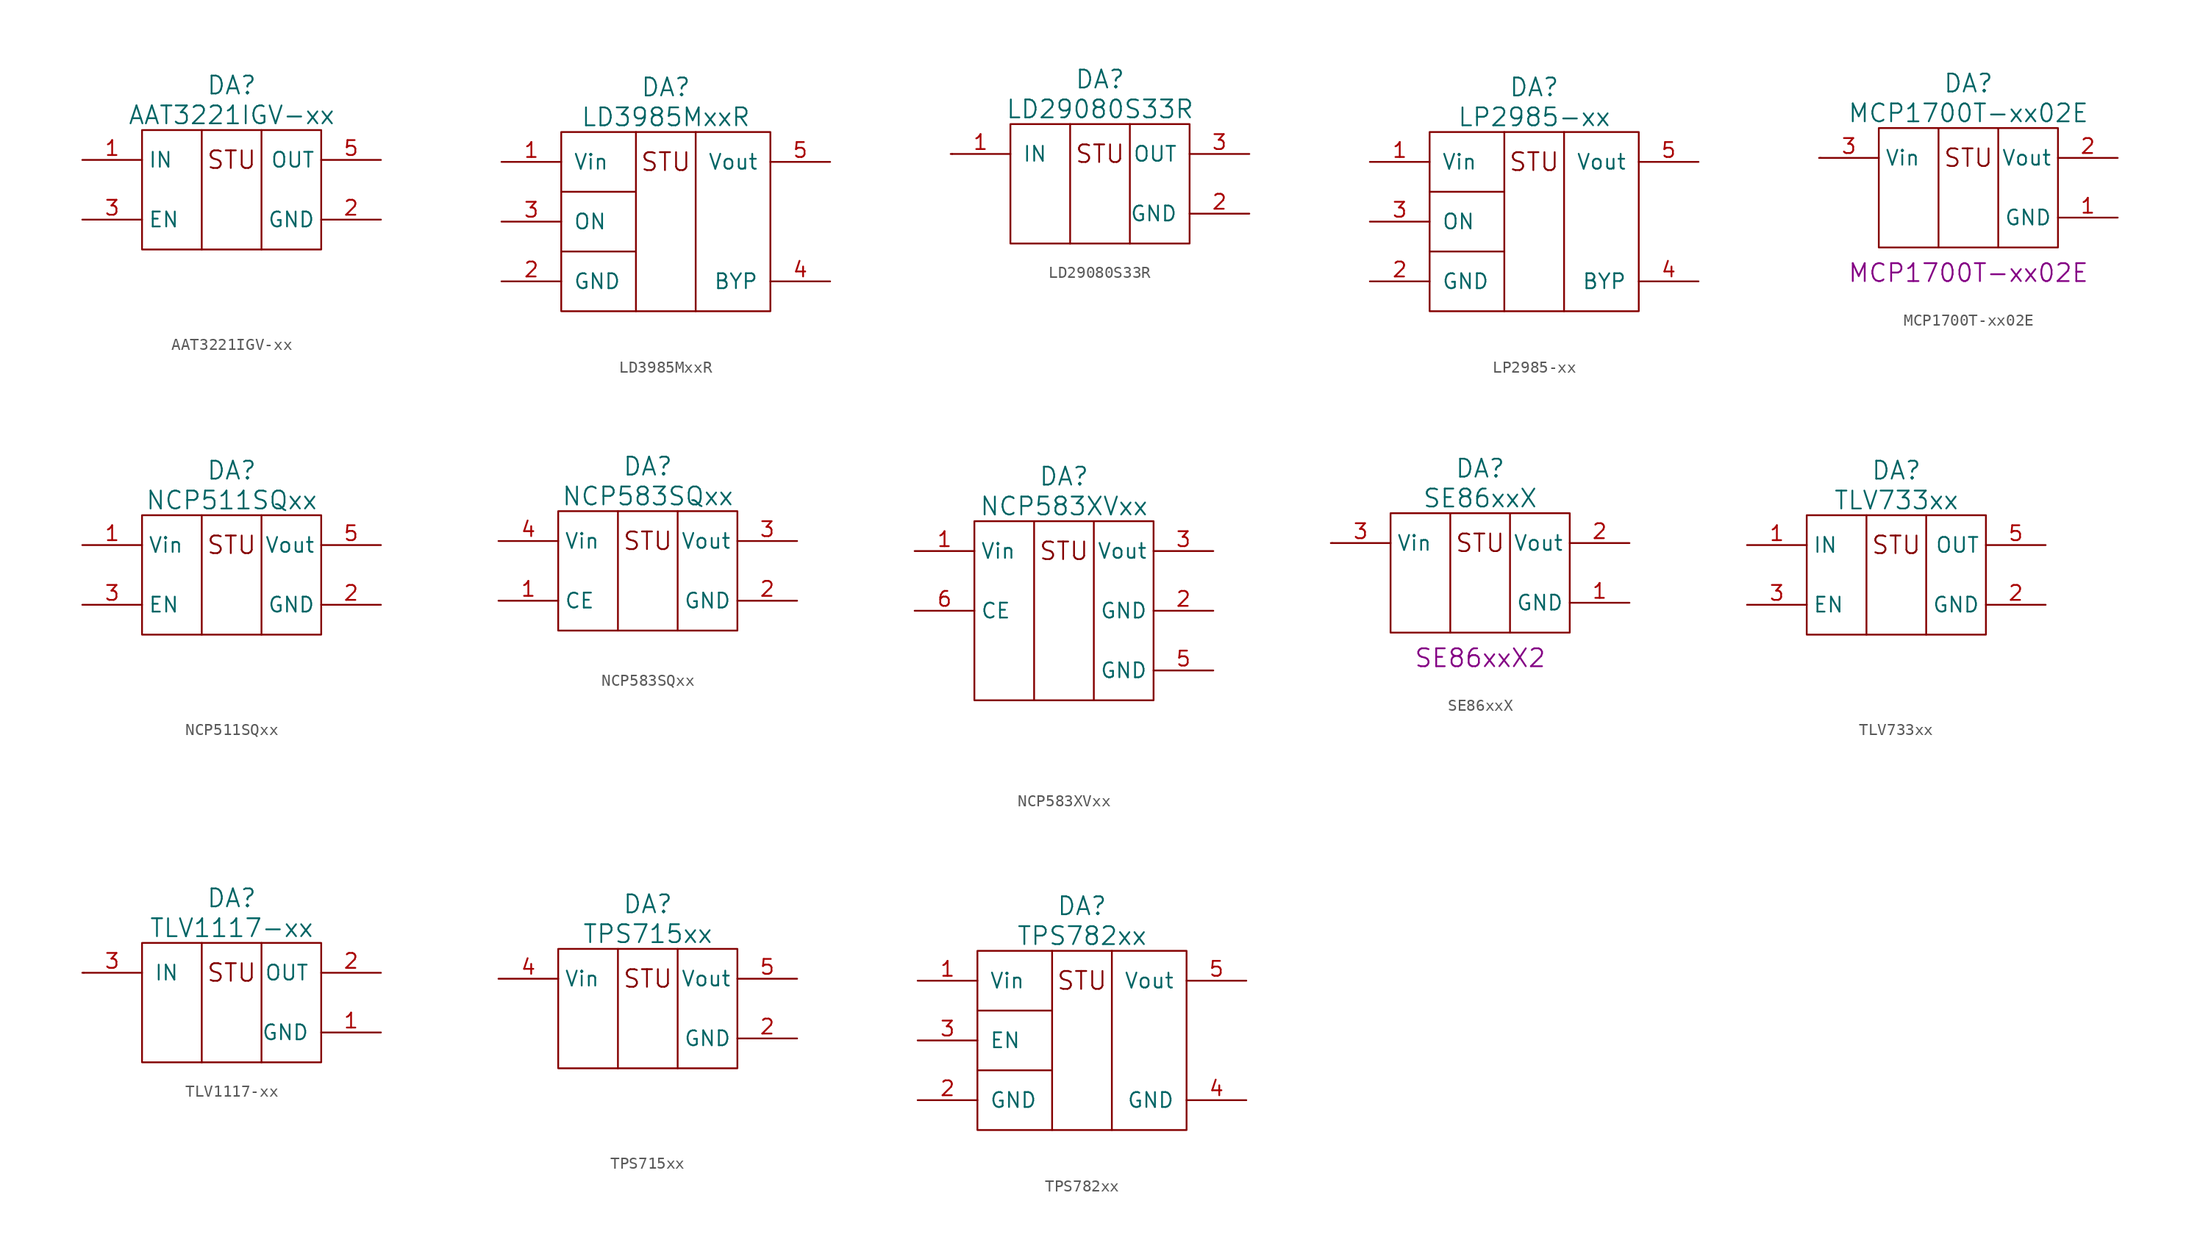
<source format=kicad_sym>
(kicad_symbol_lib
  (version 20220914)
  (generator kicad_symbol_editor)
  (symbol "AAT3221IGV-xx"
    (property "Reference" "DA"
      (at 0 8.89 0)
      (effects (font (size 1.524 1.524))))
    (property "Value" "AAT3221IGV-xx"
      (at 0 6.35 0)
      (effects (font (size 1.524 1.524))))
    (property "Datasheet" ""
      (at 0 -6.35 0)
      (effects (font (size 1.524 1.524))))
    (symbol "AAT3221IGV-xx_0_0"
      (polyline (pts (xy -2.54 5.08) (xy -2.54 -5.08)) (stroke (width 0) (type solid)) (fill (type none)))
      (polyline (pts (xy 2.54 5.08) (xy 2.54 -5.08)) (stroke (width 0) (type solid)) (fill (type none)))
      (text "STU" (at 0 2.54 0) (effects (font (size 1.499 1.499)))))
    (symbol "AAT3221IGV-xx_0_1"
      (rectangle (start -7.62 5.08) (end 7.62 -5.08) (stroke (width 0) (type solid)) (fill (type none))))
    (symbol "AAT3221IGV-xx_1_1"
      (pin power_in line (at -12.7 2.54 0) (length 5.08) (name "IN" (effects (font (size 1.27 1.27)))) (number "1" (effects (font (size 1.27 1.27)))))
      (pin power_in line (at 12.7 -2.54 180) (length 5.08) (name "GND" (effects (font (size 1.27 1.27)))) (number "2" (effects (font (size 1.27 1.27)))))
      (pin passive line (at -12.7 -2.54 0) (length 5.08) (name "EN" (effects (font (size 1.27 1.27)))) (number "3" (effects (font (size 1.27 1.27)))))
      (pin no_connect line (at 0 -10.16 90) (length 5.08) hide (name "NC" (effects (font (size 1.27 1.27)))) (number "4" (effects (font (size 1.27 1.27)))))
      (pin power_out line (at 12.7 2.54 180) (length 5.08) (name "OUT" (effects (font (size 1.27 1.27)))) (number "5" (effects (font (size 1.27 1.27)))))))
  (symbol "LD3985MxxR"
    (pin_names
      (offset 1.016))
    (property "Reference" "DA"
      (at 0 11.43 0)
      (effects (font (size 1.524 1.524))))
    (property "Value" "LD3985MxxR"
      (at 0 8.89 0)
      (effects (font (size 1.524 1.524))))
    (property "Datasheet" ""
      (at 0 -8.89 0)
      (effects (font (size 1.524 1.524))))
    (symbol "LD3985MxxR_0_0"
      (text "STU" (at 0 5.08 0) (effects (font (size 1.524 1.524)))))
    (symbol "LD3985MxxR_0_1"
      (rectangle (start -8.89 7.62) (end 8.89 -7.62) (stroke (width 0) (type solid)) (fill (type none)))
      (polyline (pts (xy -8.89 -2.54) (xy -2.54 -2.54)) (stroke (width 0) (type solid)) (fill (type none)))
      (polyline (pts (xy -2.54 2.54) (xy -8.89 2.54) (xy -8.89 2.54)) (stroke (width 0) (type solid)) (fill (type none)))
      (polyline (pts (xy -2.54 7.62) (xy -2.54 -6.35) (xy -2.54 -7.62)) (stroke (width 0) (type solid)) (fill (type none)))
      (polyline (pts (xy 2.54 -7.62) (xy 2.54 7.62) (xy 2.54 7.62) (xy 2.54 7.62)) (stroke (width 0) (type solid)) (fill (type none))))
    (symbol "LD3985MxxR_1_1"
      (pin power_in line (at -13.97 5.08 0) (length 5.08) (name "Vin" (effects (font (size 1.27 1.27)))) (number "1" (effects (font (size 1.27 1.27)))))
      (pin power_in line (at -13.97 -5.08 0) (length 5.08) (name "GND" (effects (font (size 1.27 1.27)))) (number "2" (effects (font (size 1.27 1.27)))))
      (pin passive line (at -13.97 0 0) (length 5.08) (name "ON" (effects (font (size 1.27 1.27)))) (number "3" (effects (font (size 1.27 1.27)))))
      (pin passive line (at 13.97 -5.08 180) (length 5.08) (name "BYP" (effects (font (size 1.27 1.27)))) (number "4" (effects (font (size 1.27 1.27)))))
      (pin power_out line (at 13.97 5.08 180) (length 5.08) (name "Vout" (effects (font (size 1.27 1.27)))) (number "5" (effects (font (size 1.27 1.27)))))))
  (symbol "LD29080S33R"
    (pin_names
      (offset 1.016))
    (property "Reference" "DA"
      (at 0 8.89 0)
      (effects (font (size 1.524 1.524))))
    (property "Value" "LD29080S33R"
      (at 0 6.35 0)
      (effects (font (size 1.524 1.524))))
    (property "Datasheet" ""
      (at -6.35 2.54 0)
      (effects (font (size 1.524 1.524))))
    (symbol "LD29080S33R_0_0"
      (polyline (pts (xy -2.54 5.08) (xy -2.54 -5.08)) (stroke (width 0) (type solid)) (fill (type none)))
      (polyline (pts (xy 2.54 5.08) (xy 2.54 -5.08)) (stroke (width 0) (type solid)) (fill (type none)))
      (text "STU" (at 0 2.54 0) (effects (font (size 1.499 1.499)))))
    (symbol "LD29080S33R_0_1"
      (rectangle (start -7.62 5.08) (end 7.62 -5.08) (stroke (width 0) (type solid)) (fill (type none)))
      (polyline (pts (xy -12.573 2.54) (xy -12.573 2.54)) (stroke (width 0) (type solid)) (fill (type none))))
    (symbol "LD29080S33R_1_1"
      (pin power_in line (at -12.7 2.54 0) (length 5.08) (name "IN" (effects (font (size 1.27 1.27)))) (number "1" (effects (font (size 1.27 1.27)))))
      (pin power_in line (at 12.7 -2.54 180) (length 5.08) (name "GND" (effects (font (size 1.27 1.27)))) (number "2" (effects (font (size 1.27 1.27)))))
      (pin power_out line (at 12.7 2.54 180) (length 5.08) (name "OUT" (effects (font (size 1.27 1.27)))) (number "3" (effects (font (size 1.27 1.27)))))))
  (symbol "LP2985-xx"
    (pin_names
      (offset 1.016))
    (property "Reference" "DA"
      (at 0 11.43 0)
      (effects (font (size 1.524 1.524))))
    (property "Value" "LP2985-xx"
      (at 0 8.89 0)
      (effects (font (size 1.524 1.524))))
    (property "Datasheet" ""
      (at 0 -8.89 0)
      (effects (font (size 1.524 1.524))))
    (symbol "LP2985-xx_0_0"
      (text "STU" (at 0 5.08 0) (effects (font (size 1.524 1.524)))))
    (symbol "LP2985-xx_0_1"
      (rectangle (start -8.89 7.62) (end 8.89 -7.62) (stroke (width 0) (type solid)) (fill (type none)))
      (polyline (pts (xy -8.89 -2.54) (xy -2.54 -2.54)) (stroke (width 0) (type solid)) (fill (type none)))
      (polyline (pts (xy -2.54 2.54) (xy -8.89 2.54) (xy -8.89 2.54)) (stroke (width 0) (type solid)) (fill (type none)))
      (polyline (pts (xy -2.54 7.62) (xy -2.54 -6.35) (xy -2.54 -7.62)) (stroke (width 0) (type solid)) (fill (type none)))
      (polyline (pts (xy 2.54 -7.62) (xy 2.54 7.62) (xy 2.54 7.62) (xy 2.54 7.62)) (stroke (width 0) (type solid)) (fill (type none))))
    (symbol "LP2985-xx_1_1"
      (pin power_in line (at -13.97 5.08 0) (length 5.08) (name "Vin" (effects (font (size 1.27 1.27)))) (number "1" (effects (font (size 1.27 1.27)))))
      (pin power_in line (at -13.97 -5.08 0) (length 5.08) (name "GND" (effects (font (size 1.27 1.27)))) (number "2" (effects (font (size 1.27 1.27)))))
      (pin passive line (at -13.97 0 0) (length 5.08) (name "ON" (effects (font (size 1.27 1.27)))) (number "3" (effects (font (size 1.27 1.27)))))
      (pin passive line (at 13.97 -5.08 180) (length 5.08) (name "BYP" (effects (font (size 1.27 1.27)))) (number "4" (effects (font (size 1.27 1.27)))))
      (pin power_out line (at 13.97 5.08 180) (length 5.08) (name "Vout" (effects (font (size 1.27 1.27)))) (number "5" (effects (font (size 1.27 1.27)))))))
  (symbol "MCP1700T-xx02E"
    (property "Reference" "DA"
      (at 0 8.89 0)
      (effects (font (size 1.524 1.524))))
    (property "Value" "MCP1700T-xx02E"
      (at 0 6.35 0)
      (effects (font (size 1.524 1.524))))
    (property "Datasheet" ""
      (at -6.35 2.54 0)
      (effects (font (size 1.524 1.524))))
    (property "Type" "MCP1700T-xx02E"
      (at 0 -6.35 0)
      (effects (font (size 1.524 1.524)) (justify top)))
    (symbol "MCP1700T-xx02E_0_0"
      (polyline (pts (xy -2.54 5.08) (xy -2.54 -5.08)) (stroke (width 0) (type solid)) (fill (type none)))
      (polyline (pts (xy 2.54 5.08) (xy 2.54 -5.08)) (stroke (width 0) (type solid)) (fill (type none)))
      (text "STU" (at 0 2.54 0) (effects (font (size 1.499 1.499)))))
    (symbol "MCP1700T-xx02E_0_1"
      (rectangle (start -7.62 5.08) (end 7.62 -5.08) (stroke (width 0) (type solid)) (fill (type none)))
      (polyline (pts (xy -12.573 2.54) (xy -12.573 2.54)) (stroke (width 0) (type solid)) (fill (type none))))
    (symbol "MCP1700T-xx02E_1_1"
      (pin power_in line (at 12.7 -2.54 180) (length 5.08) (name "GND" (effects (font (size 1.27 1.27)))) (number "1" (effects (font (size 1.27 1.27)))))
      (pin power_out line (at 12.7 2.54 180) (length 5.08) (name "Vout" (effects (font (size 1.27 1.27)))) (number "2" (effects (font (size 1.27 1.27)))))
      (pin power_in line (at -12.7 2.54 0) (length 5.08) (name "Vin" (effects (font (size 1.27 1.27)))) (number "3" (effects (font (size 1.27 1.27)))))))
  (symbol "NCP511SQxx"
    (property "Reference" "DA"
      (at 0 8.89 0)
      (effects (font (size 1.524 1.524))))
    (property "Value" "NCP511SQxx"
      (at 0 6.35 0)
      (effects (font (size 1.524 1.524))))
    (property "Datasheet" ""
      (at 0 -6.35 0)
      (effects (font (size 1.524 1.524))))
    (symbol "NCP511SQxx_0_0"
      (polyline (pts (xy -2.54 5.08) (xy -2.54 -5.08)) (stroke (width 0) (type solid)) (fill (type none)))
      (polyline (pts (xy 2.54 5.08) (xy 2.54 -5.08)) (stroke (width 0) (type solid)) (fill (type none)))
      (text "STU" (at 0 2.54 0) (effects (font (size 1.499 1.499)))))
    (symbol "NCP511SQxx_0_1"
      (rectangle (start -7.62 5.08) (end 7.62 -5.08) (stroke (width 0) (type solid)) (fill (type none))))
    (symbol "NCP511SQxx_1_1"
      (pin power_in line (at -12.7 2.54 0) (length 5.08) (name "Vin" (effects (font (size 1.27 1.27)))) (number "1" (effects (font (size 1.27 1.27)))))
      (pin power_in line (at 12.7 -2.54 180) (length 5.08) (name "GND" (effects (font (size 1.27 1.27)))) (number "2" (effects (font (size 1.27 1.27)))))
      (pin passive line (at -12.7 -2.54 0) (length 5.08) (name "EN" (effects (font (size 1.27 1.27)))) (number "3" (effects (font (size 1.27 1.27)))))
      (pin no_connect line (at 0 -10.16 90) (length 5.08) hide (name "NC" (effects (font (size 1.27 1.27)))) (number "4" (effects (font (size 1.27 1.27)))))
      (pin power_out line (at 12.7 2.54 180) (length 5.08) (name "Vout" (effects (font (size 1.27 1.27)))) (number "5" (effects (font (size 1.27 1.27)))))))
  (symbol "NCP583SQxx"
    (property "Reference" "DA"
      (at 0 8.89 0)
      (effects (font (size 1.524 1.524))))
    (property "Value" "NCP583SQxx"
      (at 0 6.35 0)
      (effects (font (size 1.524 1.524))))
    (property "Datasheet" ""
      (at 0 -6.35 0)
      (effects (font (size 1.524 1.524))))
    (symbol "NCP583SQxx_0_0"
      (polyline (pts (xy -2.54 5.08) (xy -2.54 -5.08)) (stroke (width 0) (type solid)) (fill (type none)))
      (polyline (pts (xy 2.54 5.08) (xy 2.54 -5.08)) (stroke (width 0) (type solid)) (fill (type none)))
      (text "STU" (at 0 2.54 0) (effects (font (size 1.499 1.499)))))
    (symbol "NCP583SQxx_0_1"
      (rectangle (start -7.62 5.08) (end 7.62 -5.08) (stroke (width 0) (type solid)) (fill (type none))))
    (symbol "NCP583SQxx_1_1"
      (pin passive line (at -12.7 -2.54 0) (length 5.08) (name "CE" (effects (font (size 1.27 1.27)))) (number "1" (effects (font (size 1.27 1.27)))))
      (pin power_in line (at 12.7 -2.54 180) (length 5.08) (name "GND" (effects (font (size 1.27 1.27)))) (number "2" (effects (font (size 1.27 1.27)))))
      (pin power_out line (at 12.7 2.54 180) (length 5.08) (name "Vout" (effects (font (size 1.27 1.27)))) (number "3" (effects (font (size 1.27 1.27)))))
      (pin power_in line (at -12.7 2.54 0) (length 5.08) (name "Vin" (effects (font (size 1.27 1.27)))) (number "4" (effects (font (size 1.27 1.27)))))))
  (symbol "NCP583XVxx"
    (property "Reference" "DA"
      (at 0 11.43 0)
      (effects (font (size 1.524 1.524))))
    (property "Value" "NCP583XVxx"
      (at 0 8.89 0)
      (effects (font (size 1.524 1.524))))
    (property "Datasheet" ""
      (at 0 -3.81 0)
      (effects (font (size 1.524 1.524))))
    (symbol "NCP583XVxx_0_0"
      (polyline (pts (xy -2.54 7.62) (xy -2.54 -7.62)) (stroke (width 0) (type solid)) (fill (type none)))
      (polyline (pts (xy 2.54 7.62) (xy 2.54 -7.62)) (stroke (width 0) (type solid)) (fill (type none)))
      (text "STU" (at 0 5.08 0) (effects (font (size 1.499 1.499)))))
    (symbol "NCP583XVxx_0_1"
      (rectangle (start -7.62 7.62) (end 7.62 -7.62) (stroke (width 0) (type solid)) (fill (type none))))
    (symbol "NCP583XVxx_1_1"
      (pin power_in line (at -12.7 5.08 0) (length 5.08) (name "Vin" (effects (font (size 1.27 1.27)))) (number "1" (effects (font (size 1.27 1.27)))))
      (pin power_in line (at 12.7 0 180) (length 5.08) (name "GND" (effects (font (size 1.27 1.27)))) (number "2" (effects (font (size 1.27 1.27)))))
      (pin power_out line (at 12.7 5.08 180) (length 5.08) (name "Vout" (effects (font (size 1.27 1.27)))) (number "3" (effects (font (size 1.27 1.27)))))
      (pin no_connect line (at 0 -12.7 90) (length 5.08) hide (name "NC" (effects (font (size 1.27 1.27)))) (number "4" (effects (font (size 1.27 1.27)))))
      (pin power_in line (at 12.7 -5.08 180) (length 5.08) (name "GND" (effects (font (size 1.27 1.27)))) (number "5" (effects (font (size 1.27 1.27)))))
      (pin passive line (at -12.7 0 0) (length 5.08) (name "CE" (effects (font (size 1.27 1.27)))) (number "6" (effects (font (size 1.27 1.27)))))))
  (symbol "SE86xxX"
    (property "Reference" "DA"
      (at 0 8.89 0)
      (effects (font (size 1.524 1.524))))
    (property "Value" "SE86xxX"
      (at 0 6.35 0)
      (effects (font (size 1.524 1.524))))
    (property "Datasheet" ""
      (at -6.35 2.54 0)
      (effects (font (size 1.524 1.524))))
    (property "Type" "SE86xxX2"
      (at 0 -6.35 0)
      (effects (font (size 1.524 1.524)) (justify top)))
    (symbol "SE86xxX_0_0"
      (polyline (pts (xy -2.54 5.08) (xy -2.54 -5.08)) (stroke (width 0) (type solid)) (fill (type none)))
      (polyline (pts (xy 2.54 5.08) (xy 2.54 -5.08)) (stroke (width 0) (type solid)) (fill (type none)))
      (text "STU" (at 0 2.54 0) (effects (font (size 1.499 1.499)))))
    (symbol "SE86xxX_0_1"
      (rectangle (start -7.62 5.08) (end 7.62 -5.08) (stroke (width 0) (type solid)) (fill (type none)))
      (polyline (pts (xy -12.573 2.54) (xy -12.573 2.54)) (stroke (width 0) (type solid)) (fill (type none))))
    (symbol "SE86xxX_1_1"
      (pin power_in line (at 12.7 -2.54 180) (length 5.08) (name "GND" (effects (font (size 1.27 1.27)))) (number "1" (effects (font (size 1.27 1.27)))))
      (pin power_out line (at 12.7 2.54 180) (length 5.08) (name "Vout" (effects (font (size 1.27 1.27)))) (number "2" (effects (font (size 1.27 1.27)))))
      (pin power_in line (at -12.7 2.54 0) (length 5.08) (name "Vin" (effects (font (size 1.27 1.27)))) (number "3" (effects (font (size 1.27 1.27)))))))
  (symbol "TLV733xx"
    (property "Reference" "DA"
      (at 0 8.89 0)
      (effects (font (size 1.524 1.524))))
    (property "Value" "TLV733xx"
      (at 0 6.35 0)
      (effects (font (size 1.524 1.524))))
    (property "Datasheet" ""
      (at 0 -6.35 0)
      (effects (font (size 1.524 1.524))))
    (symbol "TLV733xx_0_0"
      (polyline (pts (xy -2.54 5.08) (xy -2.54 -5.08)) (stroke (width 0) (type solid)) (fill (type none)))
      (polyline (pts (xy 2.54 5.08) (xy 2.54 -5.08)) (stroke (width 0) (type solid)) (fill (type none)))
      (text "STU" (at 0 2.54 0) (effects (font (size 1.499 1.499)))))
    (symbol "TLV733xx_0_1"
      (rectangle (start -7.62 5.08) (end 7.62 -5.08) (stroke (width 0) (type solid)) (fill (type none))))
    (symbol "TLV733xx_1_1"
      (pin power_in line (at -12.7 2.54 0) (length 5.08) (name "IN" (effects (font (size 1.27 1.27)))) (number "1" (effects (font (size 1.27 1.27)))))
      (pin power_in line (at 12.7 -2.54 180) (length 5.08) (name "GND" (effects (font (size 1.27 1.27)))) (number "2" (effects (font (size 1.27 1.27)))))
      (pin passive line (at -12.7 -2.54 0) (length 5.08) (name "EN" (effects (font (size 1.27 1.27)))) (number "3" (effects (font (size 1.27 1.27)))))
      (pin no_connect line (at 0 -10.16 90) (length 5.08) hide (name "NC" (effects (font (size 1.27 1.27)))) (number "4" (effects (font (size 1.27 1.27)))))
      (pin power_out line (at 12.7 2.54 180) (length 5.08) (name "OUT" (effects (font (size 1.27 1.27)))) (number "5" (effects (font (size 1.27 1.27)))))))
  (symbol "TLV1117-xx"
    (pin_names
      (offset 1.016))
    (property "Reference" "DA"
      (at 0 8.89 0)
      (effects (font (size 1.524 1.524))))
    (property "Value" "TLV1117-xx"
      (at 0 6.35 0)
      (effects (font (size 1.524 1.524))))
    (property "Datasheet" ""
      (at -6.35 2.54 0)
      (effects (font (size 1.524 1.524))))
    (symbol "TLV1117-xx_0_0"
      (polyline (pts (xy -2.54 5.08) (xy -2.54 -5.08)) (stroke (width 0) (type solid)) (fill (type none)))
      (polyline (pts (xy 2.54 5.08) (xy 2.54 -5.08)) (stroke (width 0) (type solid)) (fill (type none)))
      (text "STU" (at 0 2.54 0) (effects (font (size 1.499 1.499)))))
    (symbol "TLV1117-xx_0_1"
      (rectangle (start -7.62 5.08) (end 7.62 -5.08) (stroke (width 0) (type solid)) (fill (type none)))
      (polyline (pts (xy -12.573 2.54) (xy -12.573 2.54)) (stroke (width 0) (type solid)) (fill (type none))))
    (symbol "TLV1117-xx_1_1"
      (pin power_in line (at 12.7 -2.54 180) (length 5.08) (name "GND" (effects (font (size 1.27 1.27)))) (number "1" (effects (font (size 1.27 1.27)))))
      (pin power_out line (at 12.7 2.54 180) (length 5.08) (name "OUT" (effects (font (size 1.27 1.27)))) (number "2" (effects (font (size 1.27 1.27)))))
      (pin power_in line (at -12.7 2.54 0) (length 5.08) (name "IN" (effects (font (size 1.27 1.27)))) (number "3" (effects (font (size 1.27 1.27)))))))
  (symbol "TPS715xx"
    (property "Reference" "DA"
      (at 0 8.89 0)
      (effects (font (size 1.524 1.524))))
    (property "Value" "TPS715xx"
      (at 0 6.35 0)
      (effects (font (size 1.524 1.524))))
    (property "Datasheet" ""
      (at 0 -6.35 0)
      (effects (font (size 1.524 1.524))))
    (symbol "TPS715xx_0_0"
      (polyline (pts (xy -2.54 5.08) (xy -2.54 -5.08)) (stroke (width 0) (type solid)) (fill (type none)))
      (polyline (pts (xy 2.54 5.08) (xy 2.54 -5.08)) (stroke (width 0) (type solid)) (fill (type none)))
      (text "STU" (at 0 2.54 0) (effects (font (size 1.499 1.499)))))
    (symbol "TPS715xx_0_1"
      (rectangle (start -7.62 5.08) (end 7.62 -5.08) (stroke (width 0) (type solid)) (fill (type none))))
    (symbol "TPS715xx_1_1"
      (pin no_connect line (at -1.27 -10.16 90) (length 5.08) hide (name "~" (effects (font (size 1.27 1.27)))) (number "1" (effects (font (size 1.27 1.27)))))
      (pin power_in line (at 12.7 -2.54 180) (length 5.08) (name "GND" (effects (font (size 1.27 1.27)))) (number "2" (effects (font (size 1.27 1.27)))))
      (pin no_connect line (at 1.27 -10.16 90) (length 5.08) hide (name "~" (effects (font (size 1.27 1.27)))) (number "3" (effects (font (size 1.27 1.27)))))
      (pin power_in line (at -12.7 2.54 0) (length 5.08) (name "Vin" (effects (font (size 1.27 1.27)))) (number "4" (effects (font (size 1.27 1.27)))))
      (pin power_out line (at 12.7 2.54 180) (length 5.08) (name "Vout" (effects (font (size 1.27 1.27)))) (number "5" (effects (font (size 1.27 1.27)))))))
  (symbol "TPS782xx"
    (pin_names
      (offset 1.016))
    (property "Reference" "DA"
      (at 0 11.43 0)
      (effects (font (size 1.524 1.524))))
    (property "Value" "TPS782xx"
      (at 0 8.89 0)
      (effects (font (size 1.524 1.524))))
    (property "Datasheet" ""
      (at 0 -8.89 0)
      (effects (font (size 1.524 1.524))))
    (symbol "TPS782xx_0_0"
      (text "STU" (at 0 5.08 0) (effects (font (size 1.524 1.524)))))
    (symbol "TPS782xx_0_1"
      (rectangle (start -8.89 7.62) (end 8.89 -7.62) (stroke (width 0) (type solid)) (fill (type none)))
      (polyline (pts (xy -8.89 -2.54) (xy -2.54 -2.54)) (stroke (width 0) (type solid)) (fill (type none)))
      (polyline (pts (xy -2.54 2.54) (xy -8.89 2.54) (xy -8.89 2.54)) (stroke (width 0) (type solid)) (fill (type none)))
      (polyline (pts (xy -2.54 7.62) (xy -2.54 -6.35) (xy -2.54 -7.62)) (stroke (width 0) (type solid)) (fill (type none)))
      (polyline (pts (xy 2.54 -7.62) (xy 2.54 7.62) (xy 2.54 7.62) (xy 2.54 7.62)) (stroke (width 0) (type solid)) (fill (type none))))
    (symbol "TPS782xx_1_1"
      (pin power_in line (at -13.97 5.08 0) (length 5.08) (name "Vin" (effects (font (size 1.27 1.27)))) (number "1" (effects (font (size 1.27 1.27)))))
      (pin power_in line (at -13.97 -5.08 0) (length 5.08) (name "GND" (effects (font (size 1.27 1.27)))) (number "2" (effects (font (size 1.27 1.27)))))
      (pin passive line (at -13.97 0 0) (length 5.08) (name "EN" (effects (font (size 1.27 1.27)))) (number "3" (effects (font (size 1.27 1.27)))))
      (pin passive line (at 13.97 -5.08 180) (length 5.08) (name "GND" (effects (font (size 1.27 1.27)))) (number "4" (effects (font (size 1.27 1.27)))))
      (pin power_out line (at 13.97 5.08 180) (length 5.08) (name "Vout" (effects (font (size 1.27 1.27)))) (number "5" (effects (font (size 1.27 1.27))))))))
</source>
